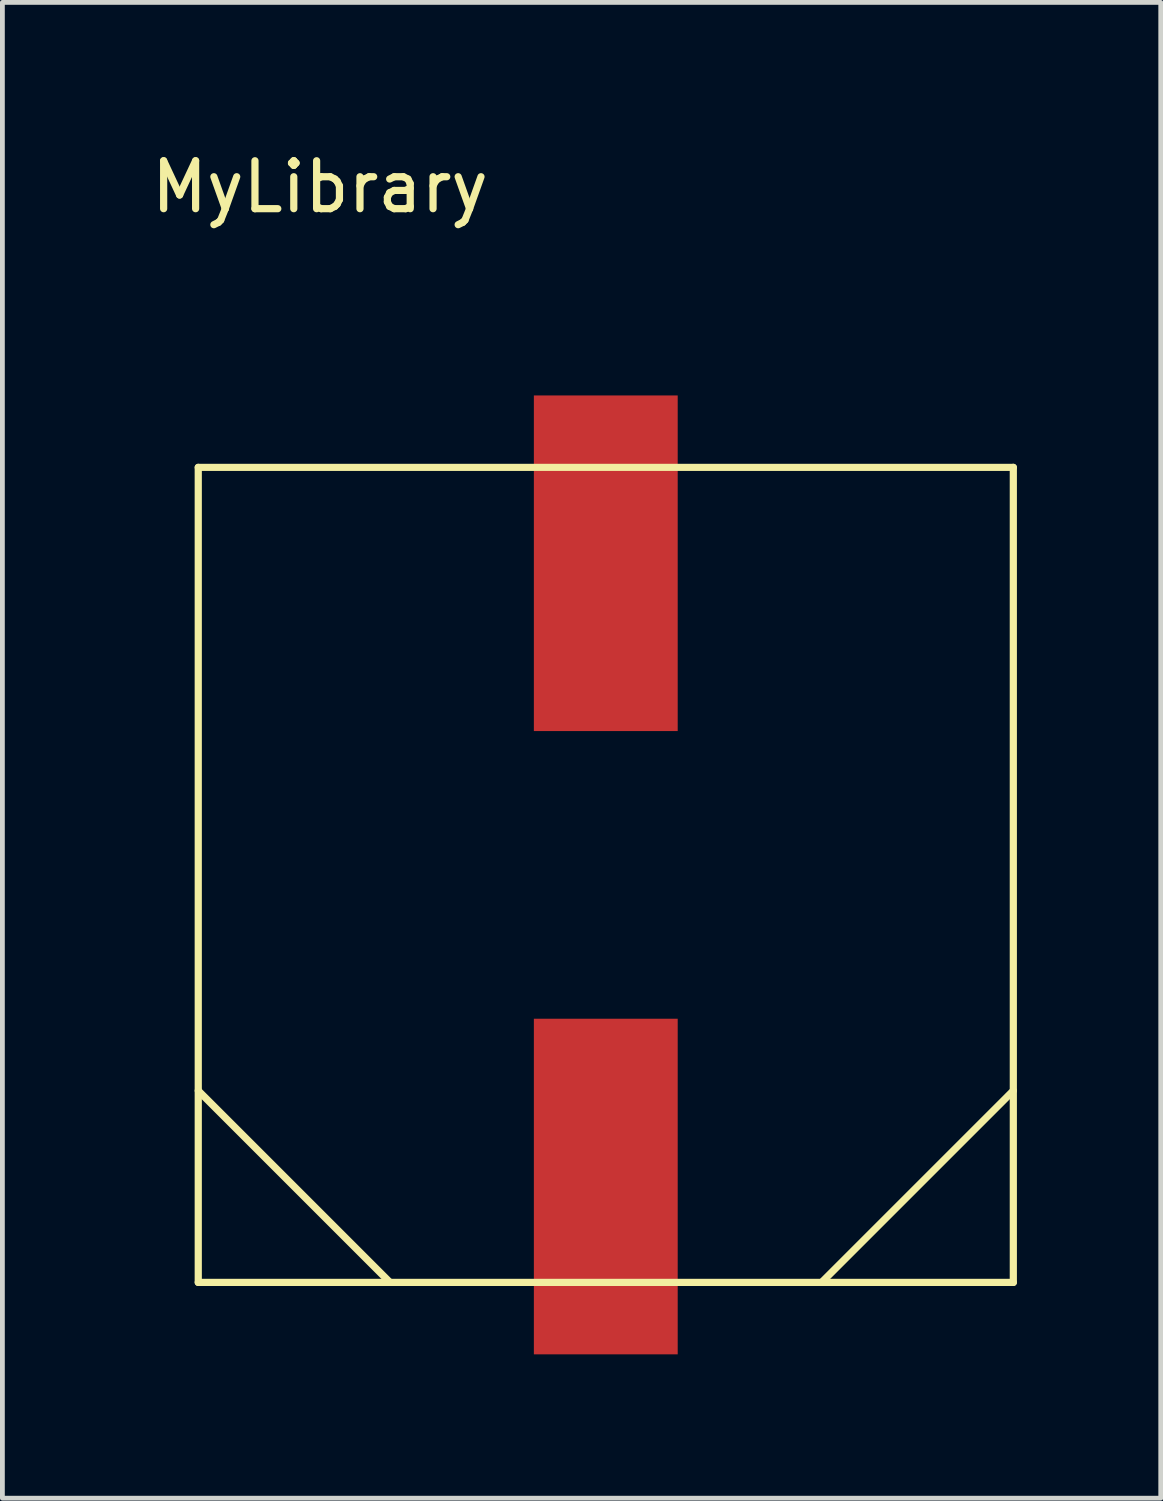
<source format=kicad_pcb>
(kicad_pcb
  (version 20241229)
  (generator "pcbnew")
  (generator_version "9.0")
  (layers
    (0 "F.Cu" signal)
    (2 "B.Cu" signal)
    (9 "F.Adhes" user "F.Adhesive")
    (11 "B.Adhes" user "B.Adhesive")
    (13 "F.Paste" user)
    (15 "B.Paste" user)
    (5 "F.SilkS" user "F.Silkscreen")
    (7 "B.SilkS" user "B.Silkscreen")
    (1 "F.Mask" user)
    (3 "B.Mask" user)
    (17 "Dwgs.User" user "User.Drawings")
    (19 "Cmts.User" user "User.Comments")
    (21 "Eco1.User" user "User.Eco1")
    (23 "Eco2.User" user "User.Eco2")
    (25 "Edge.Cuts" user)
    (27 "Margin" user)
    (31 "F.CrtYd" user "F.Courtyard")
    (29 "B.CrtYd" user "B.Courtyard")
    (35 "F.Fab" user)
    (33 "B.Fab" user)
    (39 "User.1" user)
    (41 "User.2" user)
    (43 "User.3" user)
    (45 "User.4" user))
  (footprint "MyLibrary"
    (layer "F.Cu")
    (at 1.085 6.698)
    (property "Reference" "MyLibrary" (at 2.54 -5.85 0) (layer "F.SilkS") (effects (font (size 1 1) (thickness 0.15))))
    (attr through_hole)
    (fp_line (start 0 0) (end 0 17) (stroke (width 0.15) (type solid)) (layer "F.SilkS"))
    (fp_line (start 0 0) (end 17 0) (stroke (width 0.15) (type solid)) (layer "F.SilkS"))
    (fp_line (start 0 13) (end 4 17) (stroke (width 0.15) (type solid)) (layer "F.SilkS"))
    (fp_line (start 0 17) (end 17 17) (stroke (width 0.15) (type solid)) (layer "F.SilkS"))
    (fp_line (start 17 0) (end 17 17) (stroke (width 0.15) (type solid)) (layer "F.SilkS"))
    (fp_line (start 17 13) (end 13 17) (stroke (width 0.15) (type solid)) (layer "F.SilkS"))
    (pad "+" smd rect (at 8.5 15) (size 3 7) (layers "F.Cu" "F.Mask" "F.Paste"))
    (pad "I" smd rect (at 8.5 2) (size 3 7) (layers "F.Cu" "F.Mask" "F.Paste")))
  (gr_rect
    (start -3 -3)
    (end 21.16 28.198)
    (stroke (width 0.1) (type default))
    (fill no)
    (layer "Edge.Cuts")))
</source>
